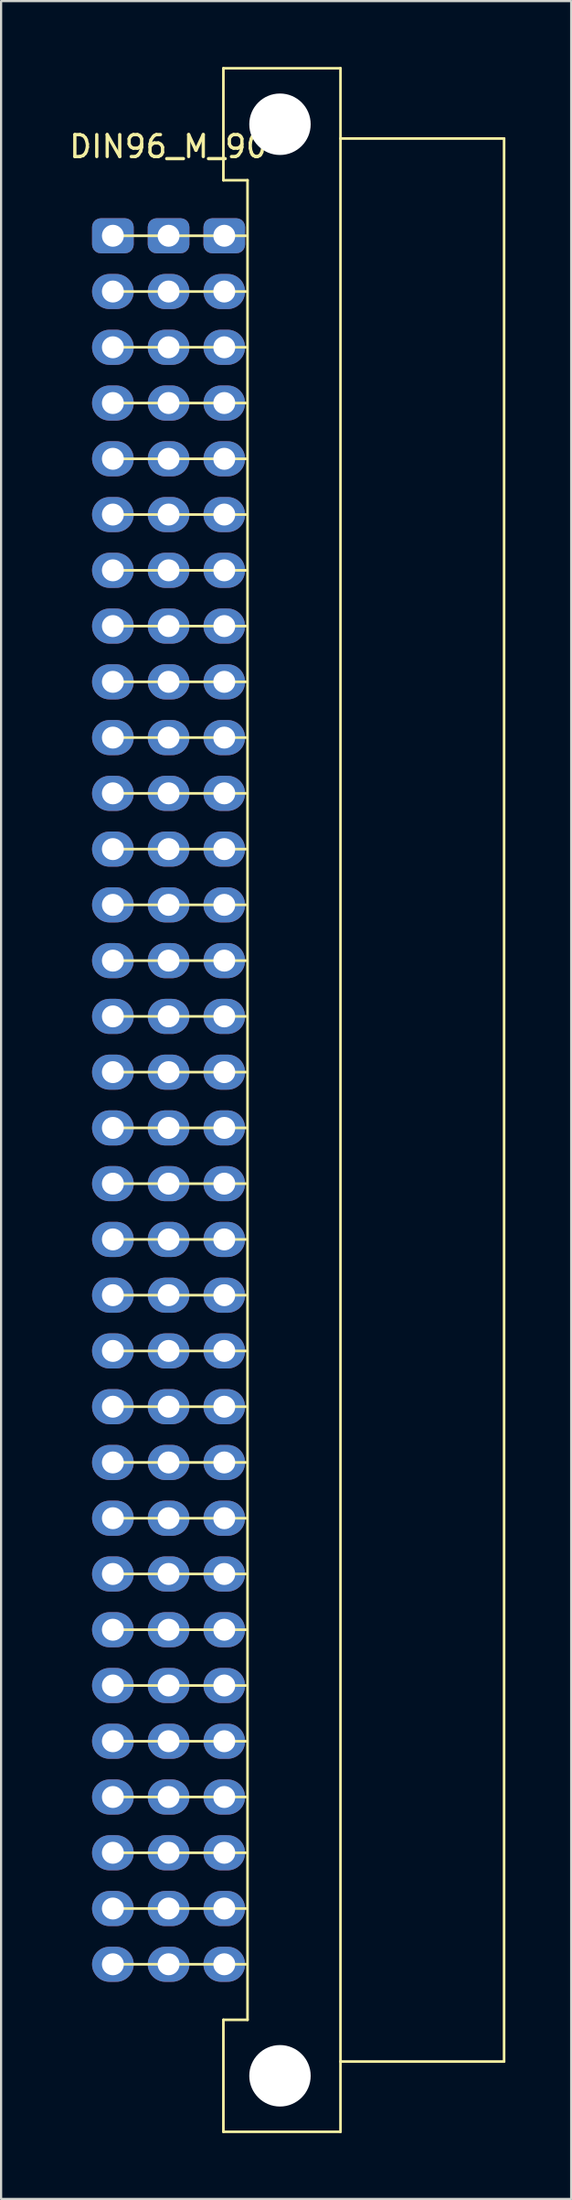
<source format=kicad_pcb>
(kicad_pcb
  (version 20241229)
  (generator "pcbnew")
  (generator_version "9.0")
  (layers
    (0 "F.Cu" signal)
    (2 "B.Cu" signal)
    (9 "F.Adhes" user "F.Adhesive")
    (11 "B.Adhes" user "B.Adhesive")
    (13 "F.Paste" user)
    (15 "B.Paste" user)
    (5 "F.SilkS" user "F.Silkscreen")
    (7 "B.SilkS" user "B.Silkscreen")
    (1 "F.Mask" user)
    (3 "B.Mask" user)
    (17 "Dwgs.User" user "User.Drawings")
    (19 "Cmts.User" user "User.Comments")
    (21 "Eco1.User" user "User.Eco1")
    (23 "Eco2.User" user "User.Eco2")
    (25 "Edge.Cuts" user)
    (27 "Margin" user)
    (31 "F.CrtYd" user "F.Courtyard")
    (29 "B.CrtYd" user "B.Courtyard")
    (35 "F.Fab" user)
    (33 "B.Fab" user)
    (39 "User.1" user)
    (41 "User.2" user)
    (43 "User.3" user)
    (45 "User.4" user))
  (footprint "DIN96_M_90"
    (layer "F.Cu")
    (at 4.638 47.06)
    (property "Reference" "DIN96_M_90" (at -0.013 -43.434 0) (layer "F.SilkS") (effects (font (size 1 1) (thickness 0.15))))
    (attr through_hole)
    (fp_line (start -2.54 -39.37) (end 3.556 -39.37) (stroke (width 0.12) (type solid)) (layer "F.SilkS"))
    (fp_line (start -2.54 -36.83) (end 3.556 -36.83) (stroke (width 0.12) (type solid)) (layer "F.SilkS"))
    (fp_line (start -2.54 -34.29) (end 3.556 -34.29) (stroke (width 0.12) (type solid)) (layer "F.SilkS"))
    (fp_line (start -2.54 -31.75) (end 3.556 -31.75) (stroke (width 0.12) (type solid)) (layer "F.SilkS"))
    (fp_line (start -2.54 -29.21) (end 3.556 -29.21) (stroke (width 0.12) (type solid)) (layer "F.SilkS"))
    (fp_line (start -2.54 -26.67) (end 3.556 -26.67) (stroke (width 0.12) (type solid)) (layer "F.SilkS"))
    (fp_line (start -2.54 -24.13) (end 3.556 -24.13) (stroke (width 0.12) (type solid)) (layer "F.SilkS"))
    (fp_line (start -2.54 -21.59) (end 3.556 -21.59) (stroke (width 0.12) (type solid)) (layer "F.SilkS"))
    (fp_line (start -2.54 -19.05) (end 3.556 -19.05) (stroke (width 0.12) (type solid)) (layer "F.SilkS"))
    (fp_line (start -2.54 -16.51) (end 3.556 -16.51) (stroke (width 0.12) (type solid)) (layer "F.SilkS"))
    (fp_line (start -2.54 -13.97) (end 3.556 -13.97) (stroke (width 0.12) (type solid)) (layer "F.SilkS"))
    (fp_line (start -2.54 -11.43) (end 3.556 -11.43) (stroke (width 0.12) (type solid)) (layer "F.SilkS"))
    (fp_line (start -2.54 -8.89) (end 3.556 -8.89) (stroke (width 0.12) (type solid)) (layer "F.SilkS"))
    (fp_line (start -2.54 -6.35) (end 3.556 -6.35) (stroke (width 0.12) (type solid)) (layer "F.SilkS"))
    (fp_line (start -2.54 -3.81) (end 3.556 -3.81) (stroke (width 0.12) (type solid)) (layer "F.SilkS"))
    (fp_line (start -2.54 -1.27) (end 3.556 -1.27) (stroke (width 0.12) (type solid)) (layer "F.SilkS"))
    (fp_line (start -2.54 1.27) (end 3.556 1.27) (stroke (width 0.12) (type solid)) (layer "F.SilkS"))
    (fp_line (start -2.54 3.81) (end 3.556 3.81) (stroke (width 0.12) (type solid)) (layer "F.SilkS"))
    (fp_line (start -2.54 6.35) (end 3.556 6.35) (stroke (width 0.12) (type solid)) (layer "F.SilkS"))
    (fp_line (start -2.54 8.89) (end 3.556 8.89) (stroke (width 0.12) (type solid)) (layer "F.SilkS"))
    (fp_line (start -2.54 11.43) (end 3.556 11.43) (stroke (width 0.12) (type solid)) (layer "F.SilkS"))
    (fp_line (start -2.54 13.97) (end 3.556 13.97) (stroke (width 0.12) (type solid)) (layer "F.SilkS"))
    (fp_line (start -2.54 16.51) (end 3.556 16.51) (stroke (width 0.12) (type solid)) (layer "F.SilkS"))
    (fp_line (start -2.54 19.05) (end 3.556 19.05) (stroke (width 0.12) (type solid)) (layer "F.SilkS"))
    (fp_line (start -2.54 21.59) (end 3.556 21.59) (stroke (width 0.12) (type solid)) (layer "F.SilkS"))
    (fp_line (start -2.54 24.13) (end 3.556 24.13) (stroke (width 0.12) (type solid)) (layer "F.SilkS"))
    (fp_line (start -2.54 26.67) (end 3.556 26.67) (stroke (width 0.12) (type solid)) (layer "F.SilkS"))
    (fp_line (start -2.54 29.21) (end 3.556 29.21) (stroke (width 0.12) (type solid)) (layer "F.SilkS"))
    (fp_line (start -2.54 31.75) (end 3.556 31.75) (stroke (width 0.12) (type solid)) (layer "F.SilkS"))
    (fp_line (start -2.54 34.29) (end 3.556 34.29) (stroke (width 0.12) (type solid)) (layer "F.SilkS"))
    (fp_line (start -2.54 36.83) (end 3.556 36.83) (stroke (width 0.12) (type solid)) (layer "F.SilkS"))
    (fp_line (start -2.54 39.37) (end 3.556 39.37) (stroke (width 0.12) (type solid)) (layer "F.SilkS"))
    (fp_line (start 2.5 -41.9) (end 2.5 -47) (stroke (width 0.12) (type solid)) (layer "F.SilkS"))
    (fp_line (start 2.5 47) (end 2.5 41.9) (stroke (width 0.12) (type solid)) (layer "F.SilkS"))
    (fp_line (start 3.6 -41.9) (end 2.5 -41.9) (stroke (width 0.12) (type solid)) (layer "F.SilkS"))
    (fp_line (start 3.6 -41.9) (end 3.6 41.9) (stroke (width 0.12) (type solid)) (layer "F.SilkS"))
    (fp_line (start 3.6 41.9) (end 2.5 41.9) (stroke (width 0.12) (type solid)) (layer "F.SilkS"))
    (fp_line (start 7.84 -47) (end 2.5 -47) (stroke (width 0.12) (type solid)) (layer "F.SilkS"))
    (fp_line (start 7.84 -47) (end 7.84 47) (stroke (width 0.12) (type solid)) (layer "F.SilkS"))
    (fp_line (start 7.84 -43.8) (end 15.3 -43.8) (stroke (width 0.12) (type solid)) (layer "F.SilkS"))
    (fp_line (start 7.84 47) (end 2.5 47) (stroke (width 0.12) (type solid)) (layer "F.SilkS"))
    (fp_line (start 15.3 -43.8) (end 15.3 43.8) (stroke (width 0.12) (type solid)) (layer "F.SilkS"))
    (fp_line (start 15.3 43.8) (end 7.84 43.8) (stroke (width 0.12) (type solid)) (layer "F.SilkS"))
    (pad "" np_thru_hole circle (at 5.08 -44.45) (size 2.8 2.8) (drill 2.8) (layers "*.Cu" "*.Mask"))
    (pad "" np_thru_hole circle (at 5.08 44.45) (size 2.8 2.8) (drill 2.8) (layers "*.Cu" "*.Mask"))
    (pad "1A" thru_hole roundrect (at 2.54 -39.37) (size 1.9 1.6) (drill 1) (layers "*.Cu" "*.Mask") (roundrect_rratio 0.25))
    (pad "1B" thru_hole roundrect (at 0 -39.37) (size 1.9 1.6) (drill 1) (layers "*.Cu" "*.Mask") (roundrect_rratio 0.25))
    (pad "1C" thru_hole roundrect (at -2.54 -39.37) (size 1.9 1.6) (drill 1) (layers "*.Cu" "*.Mask") (roundrect_rratio 0.25))
    (pad "2A" thru_hole oval (at 2.54 -36.83) (size 1.9 1.6) (drill 1) (layers "*.Cu" "*.Mask"))
    (pad "2B" thru_hole oval (at 0 -36.83) (size 1.9 1.6) (drill 1) (layers "*.Cu" "*.Mask"))
    (pad "2C" thru_hole oval (at -2.54 -36.83) (size 1.9 1.6) (drill 1) (layers "*.Cu" "*.Mask"))
    (pad "3A" thru_hole oval (at 2.54 -34.29) (size 1.9 1.6) (drill 1) (layers "*.Cu" "*.Mask"))
    (pad "3B" thru_hole oval (at 0 -34.29) (size 1.9 1.6) (drill 1) (layers "*.Cu" "*.Mask"))
    (pad "3C" thru_hole oval (at -2.54 -34.29) (size 1.9 1.6) (drill 1) (layers "*.Cu" "*.Mask"))
    (pad "4A" thru_hole oval (at 2.54 -31.75) (size 1.9 1.6) (drill 1) (layers "*.Cu" "*.Mask"))
    (pad "4B" thru_hole oval (at 0 -31.75) (size 1.9 1.6) (drill 1) (layers "*.Cu" "*.Mask"))
    (pad "4C" thru_hole oval (at -2.54 -31.75) (size 1.9 1.6) (drill 1) (layers "*.Cu" "*.Mask"))
    (pad "5A" thru_hole oval (at 2.54 -29.21) (size 1.9 1.6) (drill 1) (layers "*.Cu" "*.Mask"))
    (pad "5B" thru_hole oval (at 0 -29.21) (size 1.9 1.6) (drill 1) (layers "*.Cu" "*.Mask"))
    (pad "5C" thru_hole oval (at -2.54 -29.21) (size 1.9 1.6) (drill 1) (layers "*.Cu" "*.Mask"))
    (pad "6A" thru_hole oval (at 2.54 -26.67) (size 1.9 1.6) (drill 1) (layers "*.Cu" "*.Mask"))
    (pad "6B" thru_hole oval (at 0 -26.67) (size 1.9 1.6) (drill 1) (layers "*.Cu" "*.Mask"))
    (pad "6C" thru_hole oval (at -2.54 -26.67) (size 1.9 1.6) (drill 1) (layers "*.Cu" "*.Mask"))
    (pad "7A" thru_hole oval (at 2.54 -24.13) (size 1.9 1.6) (drill 1) (layers "*.Cu" "*.Mask"))
    (pad "7B" thru_hole oval (at 0 -24.13) (size 1.9 1.6) (drill 1) (layers "*.Cu" "*.Mask"))
    (pad "7C" thru_hole oval (at -2.54 -24.13) (size 1.9 1.6) (drill 1) (layers "*.Cu" "*.Mask"))
    (pad "8A" thru_hole oval (at 2.54 -21.59) (size 1.9 1.6) (drill 1) (layers "*.Cu" "*.Mask"))
    (pad "8B" thru_hole oval (at 0 -21.59) (size 1.9 1.6) (drill 1) (layers "*.Cu" "*.Mask"))
    (pad "8C" thru_hole oval (at -2.54 -21.59) (size 1.9 1.6) (drill 1) (layers "*.Cu" "*.Mask"))
    (pad "9A" thru_hole oval (at 2.54 -19.05) (size 1.9 1.6) (drill 1) (layers "*.Cu" "*.Mask"))
    (pad "9B" thru_hole oval (at 0 -19.05) (size 1.9 1.6) (drill 1) (layers "*.Cu" "*.Mask"))
    (pad "9C" thru_hole oval (at -2.54 -19.05) (size 1.9 1.6) (drill 1) (layers "*.Cu" "*.Mask"))
    (pad "10A" thru_hole oval (at 2.54 -16.51) (size 1.9 1.6) (drill 1) (layers "*.Cu" "*.Mask"))
    (pad "10B" thru_hole oval (at 0 -16.51) (size 1.9 1.6) (drill 1) (layers "*.Cu" "*.Mask"))
    (pad "10C" thru_hole oval (at -2.54 -16.51) (size 1.9 1.6) (drill 1) (layers "*.Cu" "*.Mask"))
    (pad "11A" thru_hole oval (at 2.54 -13.97) (size 1.9 1.6) (drill 1) (layers "*.Cu" "*.Mask"))
    (pad "11B" thru_hole oval (at 0 -13.97) (size 1.9 1.6) (drill 1) (layers "*.Cu" "*.Mask"))
    (pad "11C" thru_hole oval (at -2.54 -13.97) (size 1.9 1.6) (drill 1) (layers "*.Cu" "*.Mask"))
    (pad "12A" thru_hole oval (at 2.54 -11.43) (size 1.9 1.6) (drill 1) (layers "*.Cu" "*.Mask"))
    (pad "12B" thru_hole oval (at 0 -11.43) (size 1.9 1.6) (drill 1) (layers "*.Cu" "*.Mask"))
    (pad "12C" thru_hole oval (at -2.54 -11.43) (size 1.9 1.6) (drill 1) (layers "*.Cu" "*.Mask"))
    (pad "13A" thru_hole oval (at 2.54 -8.89) (size 1.9 1.6) (drill 1) (layers "*.Cu" "*.Mask"))
    (pad "13B" thru_hole oval (at 0 -8.89) (size 1.9 1.6) (drill 1) (layers "*.Cu" "*.Mask"))
    (pad "13C" thru_hole oval (at -2.54 -8.89) (size 1.9 1.6) (drill 1) (layers "*.Cu" "*.Mask"))
    (pad "14A" thru_hole oval (at 2.54 -6.35) (size 1.9 1.6) (drill 1) (layers "*.Cu" "*.Mask"))
    (pad "14B" thru_hole oval (at 0 -6.35) (size 1.9 1.6) (drill 1) (layers "*.Cu" "*.Mask"))
    (pad "14C" thru_hole oval (at -2.54 -6.35) (size 1.9 1.6) (drill 1) (layers "*.Cu" "*.Mask"))
    (pad "15A" thru_hole oval (at 2.54 -3.81) (size 1.9 1.6) (drill 1) (layers "*.Cu" "*.Mask"))
    (pad "15B" thru_hole oval (at 0 -3.81) (size 1.9 1.6) (drill 1) (layers "*.Cu" "*.Mask"))
    (pad "15C" thru_hole oval (at -2.54 -3.81) (size 1.9 1.6) (drill 1) (layers "*.Cu" "*.Mask"))
    (pad "16A" thru_hole oval (at 2.54 -1.27) (size 1.9 1.6) (drill 1) (layers "*.Cu" "*.Mask"))
    (pad "16B" thru_hole oval (at 0 -1.27) (size 1.9 1.6) (drill 1) (layers "*.Cu" "*.Mask"))
    (pad "16C" thru_hole oval (at -2.54 -1.27) (size 1.9 1.6) (drill 1) (layers "*.Cu" "*.Mask"))
    (pad "17A" thru_hole oval (at 2.54 1.27) (size 1.9 1.6) (drill 1) (layers "*.Cu" "*.Mask"))
    (pad "17B" thru_hole oval (at 0 1.27) (size 1.9 1.6) (drill 1) (layers "*.Cu" "*.Mask"))
    (pad "17C" thru_hole oval (at -2.54 1.27) (size 1.9 1.6) (drill 1) (layers "*.Cu" "*.Mask"))
    (pad "18A" thru_hole oval (at 2.54 3.81) (size 1.9 1.6) (drill 1) (layers "*.Cu" "*.Mask"))
    (pad "18B" thru_hole oval (at 0 3.81) (size 1.9 1.6) (drill 1) (layers "*.Cu" "*.Mask"))
    (pad "18C" thru_hole oval (at -2.54 3.81) (size 1.9 1.6) (drill 1) (layers "*.Cu" "*.Mask"))
    (pad "19A" thru_hole oval (at 2.54 6.35) (size 1.9 1.6) (drill 1) (layers "*.Cu" "*.Mask"))
    (pad "19B" thru_hole oval (at 0 6.35) (size 1.9 1.6) (drill 1) (layers "*.Cu" "*.Mask"))
    (pad "19C" thru_hole oval (at -2.54 6.35) (size 1.9 1.6) (drill 1) (layers "*.Cu" "*.Mask"))
    (pad "20A" thru_hole oval (at 2.54 8.89) (size 1.9 1.6) (drill 1) (layers "*.Cu" "*.Mask"))
    (pad "20B" thru_hole oval (at 0 8.89) (size 1.9 1.6) (drill 1) (layers "*.Cu" "*.Mask"))
    (pad "20C" thru_hole oval (at -2.54 8.89) (size 1.9 1.6) (drill 1) (layers "*.Cu" "*.Mask"))
    (pad "21A" thru_hole oval (at 2.54 11.43) (size 1.9 1.6) (drill 1) (layers "*.Cu" "*.Mask"))
    (pad "21B" thru_hole oval (at 0 11.43) (size 1.9 1.6) (drill 1) (layers "*.Cu" "*.Mask"))
    (pad "21C" thru_hole oval (at -2.54 11.43) (size 1.9 1.6) (drill 1) (layers "*.Cu" "*.Mask"))
    (pad "22A" thru_hole oval (at 2.54 13.97) (size 1.9 1.6) (drill 1) (layers "*.Cu" "*.Mask"))
    (pad "22B" thru_hole oval (at 0 13.97) (size 1.9 1.6) (drill 1) (layers "*.Cu" "*.Mask"))
    (pad "22C" thru_hole oval (at -2.54 13.97) (size 1.9 1.6) (drill 1) (layers "*.Cu" "*.Mask"))
    (pad "23A" thru_hole oval (at 2.54 16.51) (size 1.9 1.6) (drill 1) (layers "*.Cu" "*.Mask"))
    (pad "23B" thru_hole oval (at 0 16.51) (size 1.9 1.6) (drill 1) (layers "*.Cu" "*.Mask"))
    (pad "23C" thru_hole oval (at -2.54 16.51) (size 1.9 1.6) (drill 1) (layers "*.Cu" "*.Mask"))
    (pad "24A" thru_hole oval (at 2.54 19.05) (size 1.9 1.6) (drill 1) (layers "*.Cu" "*.Mask"))
    (pad "24B" thru_hole oval (at 0 19.05) (size 1.9 1.6) (drill 1) (layers "*.Cu" "*.Mask"))
    (pad "24C" thru_hole oval (at -2.54 19.05) (size 1.9 1.6) (drill 1) (layers "*.Cu" "*.Mask"))
    (pad "25A" thru_hole oval (at 2.54 21.59) (size 1.9 1.6) (drill 1) (layers "*.Cu" "*.Mask"))
    (pad "25B" thru_hole oval (at 0 21.59) (size 1.9 1.6) (drill 1) (layers "*.Cu" "*.Mask"))
    (pad "25C" thru_hole oval (at -2.54 21.59) (size 1.9 1.6) (drill 1) (layers "*.Cu" "*.Mask"))
    (pad "26A" thru_hole oval (at 2.54 24.13) (size 1.9 1.6) (drill 1) (layers "*.Cu" "*.Mask"))
    (pad "26B" thru_hole oval (at 0 24.13) (size 1.9 1.6) (drill 1) (layers "*.Cu" "*.Mask"))
    (pad "26C" thru_hole oval (at -2.54 24.13) (size 1.9 1.6) (drill 1) (layers "*.Cu" "*.Mask"))
    (pad "27A" thru_hole oval (at 2.54 26.67) (size 1.9 1.6) (drill 1) (layers "*.Cu" "*.Mask"))
    (pad "27B" thru_hole oval (at 0 26.67) (size 1.9 1.6) (drill 1) (layers "*.Cu" "*.Mask"))
    (pad "27C" thru_hole oval (at -2.54 26.67) (size 1.9 1.6) (drill 1) (layers "*.Cu" "*.Mask"))
    (pad "28A" thru_hole oval (at 2.54 29.21) (size 1.9 1.6) (drill 1) (layers "*.Cu" "*.Mask"))
    (pad "28B" thru_hole oval (at 0 29.21) (size 1.9 1.6) (drill 1) (layers "*.Cu" "*.Mask"))
    (pad "28C" thru_hole oval (at -2.54 29.21) (size 1.9 1.6) (drill 1) (layers "*.Cu" "*.Mask"))
    (pad "29A" thru_hole oval (at 2.54 31.75) (size 1.9 1.6) (drill 1) (layers "*.Cu" "*.Mask"))
    (pad "29B" thru_hole oval (at 0 31.75) (size 1.9 1.6) (drill 1) (layers "*.Cu" "*.Mask"))
    (pad "29C" thru_hole oval (at -2.54 31.75) (size 1.9 1.6) (drill 1) (layers "*.Cu" "*.Mask"))
    (pad "30A" thru_hole oval (at 2.54 34.29) (size 1.9 1.6) (drill 1) (layers "*.Cu" "*.Mask"))
    (pad "30B" thru_hole oval (at 0 34.29) (size 1.9 1.6) (drill 1) (layers "*.Cu" "*.Mask"))
    (pad "30C" thru_hole oval (at -2.54 34.29) (size 1.9 1.6) (drill 1) (layers "*.Cu" "*.Mask"))
    (pad "31A" thru_hole oval (at 2.54 36.83) (size 1.9 1.6) (drill 1) (layers "*.Cu" "*.Mask"))
    (pad "31B" thru_hole oval (at 0 36.83) (size 1.9 1.6) (drill 1) (layers "*.Cu" "*.Mask"))
    (pad "31C" thru_hole oval (at -2.54 36.83) (size 1.9 1.6) (drill 1) (layers "*.Cu" "*.Mask"))
    (pad "32A" thru_hole oval (at 2.54 39.37) (size 1.9 1.6) (drill 1) (layers "*.Cu" "*.Mask"))
    (pad "32B" thru_hole oval (at 0 39.37) (size 1.9 1.6) (drill 1) (layers "*.Cu" "*.Mask"))
    (pad "32C" thru_hole oval (at -2.54 39.37) (size 1.9 1.6) (drill 1) (layers "*.Cu" "*.Mask")))
  (gr_rect
    (start -3 -3)
    (end 22.998 97.12)
    (stroke (width 0.1) (type default))
    (fill no)
    (layer "Edge.Cuts")))
</source>
